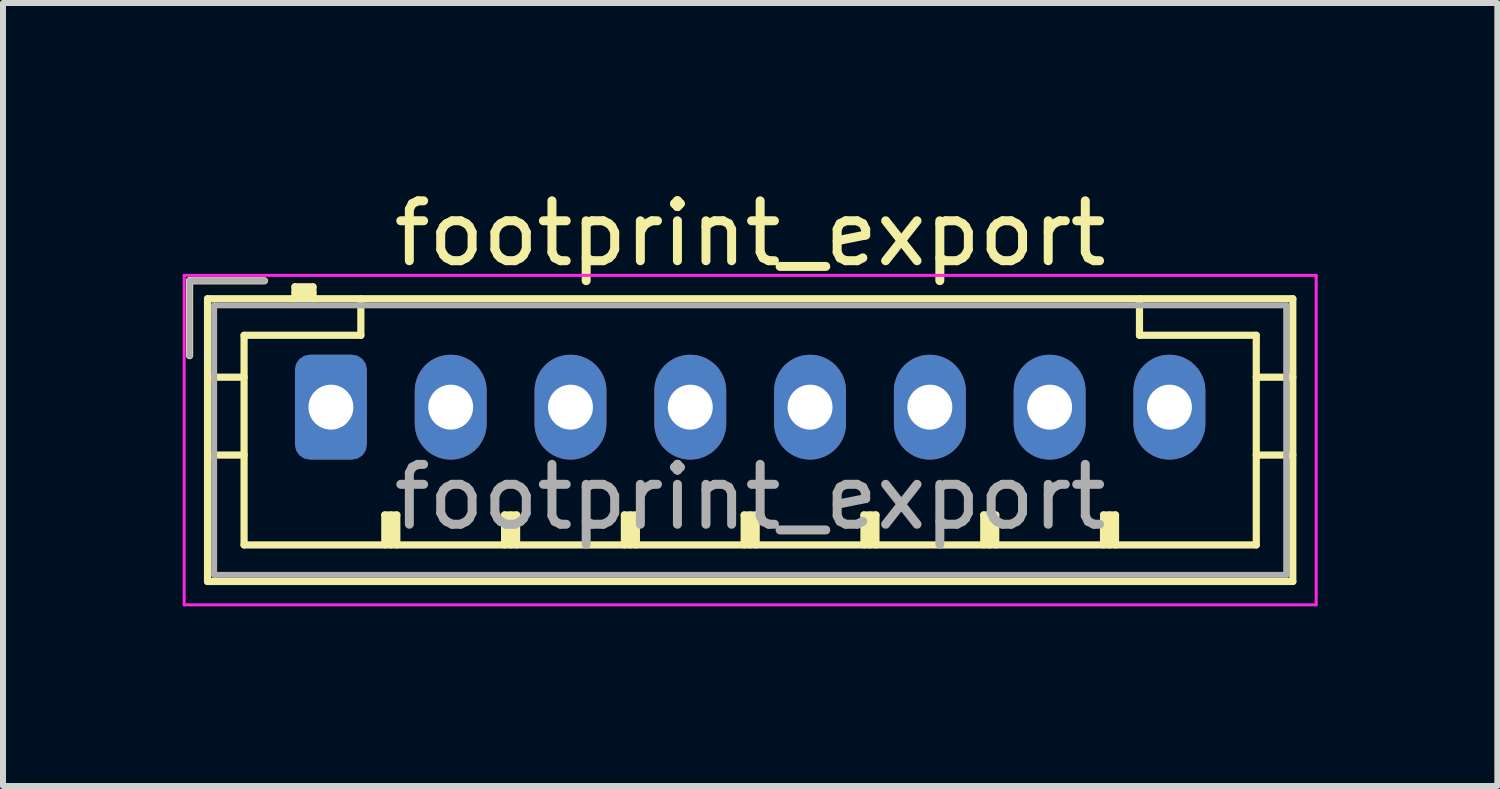
<source format=kicad_pcb>
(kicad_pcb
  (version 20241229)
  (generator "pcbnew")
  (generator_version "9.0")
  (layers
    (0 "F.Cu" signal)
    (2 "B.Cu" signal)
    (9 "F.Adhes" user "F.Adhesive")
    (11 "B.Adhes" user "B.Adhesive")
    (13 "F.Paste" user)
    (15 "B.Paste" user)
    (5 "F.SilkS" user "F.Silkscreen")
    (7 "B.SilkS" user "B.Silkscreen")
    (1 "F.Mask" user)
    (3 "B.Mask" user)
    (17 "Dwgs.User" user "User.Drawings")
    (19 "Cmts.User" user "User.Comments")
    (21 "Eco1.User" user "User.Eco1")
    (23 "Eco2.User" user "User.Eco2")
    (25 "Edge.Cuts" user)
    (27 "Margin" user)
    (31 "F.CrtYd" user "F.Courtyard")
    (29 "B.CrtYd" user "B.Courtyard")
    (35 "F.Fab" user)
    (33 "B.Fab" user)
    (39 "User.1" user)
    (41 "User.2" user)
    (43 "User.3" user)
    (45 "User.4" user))
  (footprint "footprint_export"
    (layer "F.Cu")
    (at 2.475 3.748)
    (property "Reference" "footprint_export" (at 7 -2.9 0) (layer "F.SilkS") (effects (font (size 1 1) (thickness 0.15))))
    (attr through_hole)
    (fp_line (start -2.36 -2.11) (end -2.36 -0.86) (stroke (width 0.12) (type solid)) (layer "F.SilkS"))
    (fp_line (start -2.06 -1.81) (end -2.06 2.91) (stroke (width 0.12) (type solid)) (layer "F.SilkS"))
    (fp_line (start -2.06 -0.5) (end -1.45 -0.5) (stroke (width 0.12) (type solid)) (layer "F.SilkS"))
    (fp_line (start -2.06 0.8) (end -1.45 0.8) (stroke (width 0.12) (type solid)) (layer "F.SilkS"))
    (fp_line (start -2.06 2.91) (end 16.06 2.91) (stroke (width 0.12) (type solid)) (layer "F.SilkS"))
    (fp_line (start -1.45 -1.2) (end -1.45 2.3) (stroke (width 0.12) (type solid)) (layer "F.SilkS"))
    (fp_line (start -1.45 2.3) (end 15.45 2.3) (stroke (width 0.12) (type solid)) (layer "F.SilkS"))
    (fp_line (start -1.11 -2.11) (end -2.36 -2.11) (stroke (width 0.12) (type solid)) (layer "F.SilkS"))
    (fp_line (start -0.6 -2.01) (end -0.6 -1.81) (stroke (width 0.12) (type solid)) (layer "F.SilkS"))
    (fp_line (start -0.3 -2.01) (end -0.6 -2.01) (stroke (width 0.12) (type solid)) (layer "F.SilkS"))
    (fp_line (start -0.3 -1.91) (end -0.6 -1.91) (stroke (width 0.12) (type solid)) (layer "F.SilkS"))
    (fp_line (start -0.3 -1.81) (end -0.3 -2.01) (stroke (width 0.12) (type solid)) (layer "F.SilkS"))
    (fp_line (start 0.5 -1.81) (end 0.5 -1.2) (stroke (width 0.12) (type solid)) (layer "F.SilkS"))
    (fp_line (start 0.5 -1.2) (end -1.45 -1.2) (stroke (width 0.12) (type solid)) (layer "F.SilkS"))
    (fp_line (start 0.9 1.8) (end 1.1 1.8) (stroke (width 0.12) (type solid)) (layer "F.SilkS"))
    (fp_line (start 0.9 2.3) (end 0.9 1.8) (stroke (width 0.12) (type solid)) (layer "F.SilkS"))
    (fp_line (start 1 2.3) (end 1 1.8) (stroke (width 0.12) (type solid)) (layer "F.SilkS"))
    (fp_line (start 1.1 1.8) (end 1.1 2.3) (stroke (width 0.12) (type solid)) (layer "F.SilkS"))
    (fp_line (start 2.9 1.8) (end 3.1 1.8) (stroke (width 0.12) (type solid)) (layer "F.SilkS"))
    (fp_line (start 2.9 2.3) (end 2.9 1.8) (stroke (width 0.12) (type solid)) (layer "F.SilkS"))
    (fp_line (start 3 2.3) (end 3 1.8) (stroke (width 0.12) (type solid)) (layer "F.SilkS"))
    (fp_line (start 3.1 1.8) (end 3.1 2.3) (stroke (width 0.12) (type solid)) (layer "F.SilkS"))
    (fp_line (start 4.9 1.8) (end 5.1 1.8) (stroke (width 0.12) (type solid)) (layer "F.SilkS"))
    (fp_line (start 4.9 2.3) (end 4.9 1.8) (stroke (width 0.12) (type solid)) (layer "F.SilkS"))
    (fp_line (start 5 2.3) (end 5 1.8) (stroke (width 0.12) (type solid)) (layer "F.SilkS"))
    (fp_line (start 5.1 1.8) (end 5.1 2.3) (stroke (width 0.12) (type solid)) (layer "F.SilkS"))
    (fp_line (start 6.9 1.8) (end 7.1 1.8) (stroke (width 0.12) (type solid)) (layer "F.SilkS"))
    (fp_line (start 6.9 2.3) (end 6.9 1.8) (stroke (width 0.12) (type solid)) (layer "F.SilkS"))
    (fp_line (start 7 2.3) (end 7 1.8) (stroke (width 0.12) (type solid)) (layer "F.SilkS"))
    (fp_line (start 7.1 1.8) (end 7.1 2.3) (stroke (width 0.12) (type solid)) (layer "F.SilkS"))
    (fp_line (start 8.9 1.8) (end 9.1 1.8) (stroke (width 0.12) (type solid)) (layer "F.SilkS"))
    (fp_line (start 8.9 2.3) (end 8.9 1.8) (stroke (width 0.12) (type solid)) (layer "F.SilkS"))
    (fp_line (start 9 2.3) (end 9 1.8) (stroke (width 0.12) (type solid)) (layer "F.SilkS"))
    (fp_line (start 9.1 1.8) (end 9.1 2.3) (stroke (width 0.12) (type solid)) (layer "F.SilkS"))
    (fp_line (start 10.9 1.8) (end 11.1 1.8) (stroke (width 0.12) (type solid)) (layer "F.SilkS"))
    (fp_line (start 10.9 2.3) (end 10.9 1.8) (stroke (width 0.12) (type solid)) (layer "F.SilkS"))
    (fp_line (start 11 2.3) (end 11 1.8) (stroke (width 0.12) (type solid)) (layer "F.SilkS"))
    (fp_line (start 11.1 1.8) (end 11.1 2.3) (stroke (width 0.12) (type solid)) (layer "F.SilkS"))
    (fp_line (start 12.9 1.8) (end 13.1 1.8) (stroke (width 0.12) (type solid)) (layer "F.SilkS"))
    (fp_line (start 12.9 2.3) (end 12.9 1.8) (stroke (width 0.12) (type solid)) (layer "F.SilkS"))
    (fp_line (start 13 2.3) (end 13 1.8) (stroke (width 0.12) (type solid)) (layer "F.SilkS"))
    (fp_line (start 13.1 1.8) (end 13.1 2.3) (stroke (width 0.12) (type solid)) (layer "F.SilkS"))
    (fp_line (start 13.5 -1.2) (end 13.5 -1.81) (stroke (width 0.12) (type solid)) (layer "F.SilkS"))
    (fp_line (start 15.45 -1.2) (end 13.5 -1.2) (stroke (width 0.12) (type solid)) (layer "F.SilkS"))
    (fp_line (start 15.45 2.3) (end 15.45 -1.2) (stroke (width 0.12) (type solid)) (layer "F.SilkS"))
    (fp_line (start 16.06 -1.81) (end -2.06 -1.81) (stroke (width 0.12) (type solid)) (layer "F.SilkS"))
    (fp_line (start 16.06 -0.5) (end 15.45 -0.5) (stroke (width 0.12) (type solid)) (layer "F.SilkS"))
    (fp_line (start 16.06 0.8) (end 15.45 0.8) (stroke (width 0.12) (type solid)) (layer "F.SilkS"))
    (fp_line (start 16.06 2.91) (end 16.06 -1.81) (stroke (width 0.12) (type solid)) (layer "F.SilkS"))
    (fp_line (start -2.45 -2.2) (end -2.45 3.3) (stroke (width 0.05) (type solid)) (layer "F.CrtYd"))
    (fp_line (start -2.45 3.3) (end 16.45 3.3) (stroke (width 0.05) (type solid)) (layer "F.CrtYd"))
    (fp_line (start 16.45 -2.2) (end -2.45 -2.2) (stroke (width 0.05) (type solid)) (layer "F.CrtYd"))
    (fp_line (start 16.45 3.3) (end 16.45 -2.2) (stroke (width 0.05) (type solid)) (layer "F.CrtYd"))
    (fp_line (start -2.36 -2.11) (end -2.36 -0.86) (stroke (width 0.1) (type solid)) (layer "F.Fab"))
    (fp_line (start -1.95 -1.7) (end -1.95 2.8) (stroke (width 0.1) (type solid)) (layer "F.Fab"))
    (fp_line (start -1.95 2.8) (end 15.95 2.8) (stroke (width 0.1) (type solid)) (layer "F.Fab"))
    (fp_line (start -1.11 -2.11) (end -2.36 -2.11) (stroke (width 0.1) (type solid)) (layer "F.Fab"))
    (fp_line (start 15.95 -1.7) (end -1.95 -1.7) (stroke (width 0.1) (type solid)) (layer "F.Fab"))
    (fp_line (start 15.95 2.8) (end 15.95 -1.7) (stroke (width 0.1) (type solid)) (layer "F.Fab"))
    (fp_text user "${REFERENCE}" (at 7 1.5 0) (layer "F.Fab") (effects (font (size 1 1) (thickness 0.15))))
    (pad "1" thru_hole roundrect (at 0 0) (size 1.2 1.75) (drill 0.75) (layers "*.Cu" "*.Mask") (roundrect_rratio 0.208))
    (pad "2" thru_hole oval (at 2 0) (size 1.2 1.75) (drill 0.75) (layers "*.Cu" "*.Mask"))
    (pad "3" thru_hole oval (at 4 0) (size 1.2 1.75) (drill 0.75) (layers "*.Cu" "*.Mask"))
    (pad "4" thru_hole oval (at 6 0) (size 1.2 1.75) (drill 0.75) (layers "*.Cu" "*.Mask"))
    (pad "5" thru_hole oval (at 8 0) (size 1.2 1.75) (drill 0.75) (layers "*.Cu" "*.Mask"))
    (pad "6" thru_hole oval (at 10 0) (size 1.2 1.75) (drill 0.75) (layers "*.Cu" "*.Mask"))
    (pad "7" thru_hole oval (at 12 0) (size 1.2 1.75) (drill 0.75) (layers "*.Cu" "*.Mask"))
    (pad "8" thru_hole oval (at 14 0) (size 1.2 1.75) (drill 0.75) (layers "*.Cu" "*.Mask")))
  (gr_rect
    (start -3 -3)
    (end 21.95 10.073)
    (stroke (width 0.1) (type default))
    (fill no)
    (layer "Edge.Cuts")))
</source>
